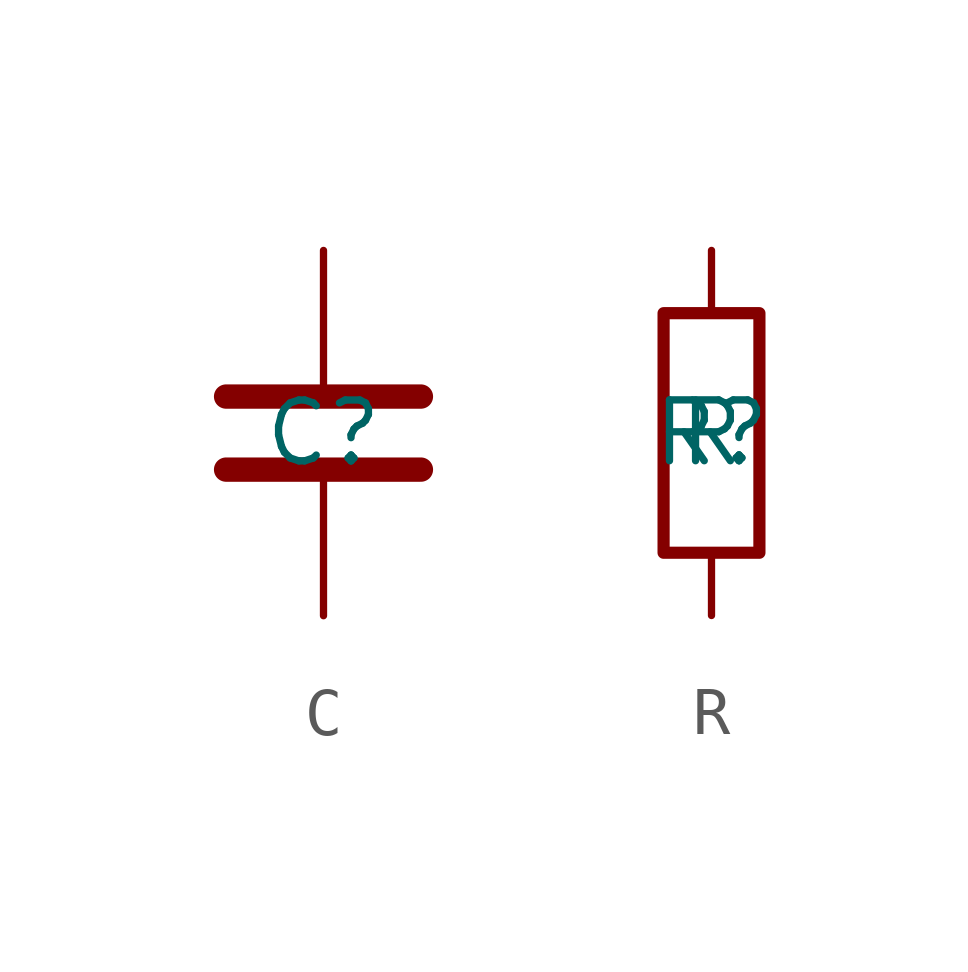
<source format=kicad_sym>
(kicad_symbol_lib
  (version 20231120)
  (generator "kicad_symbol_editor")
  (generator_version "8.0")
  (symbol "C"
    (pin_numbers hide)
    (property "Reference" "C"
      (at 0 0 0)
      (effects (font (size 1.27 1.27))))
    (property "Value" ""
      (at 0 0 0)
      (effects (font (size 1.27 1.27))))
    (symbol "C_0_1"
      (polyline (pts (xy -2.032 -0.762) (xy 2.032 -0.762)) (stroke (width 0.508) (type default)) (fill (type none)))
      (polyline (pts (xy -2.032 0.762) (xy 2.032 0.762)) (stroke (width 0.508) (type default)) (fill (type none))))
    (symbol "C_1_1"
      (pin passive line (at 0 3.81 270) (length 2.794) (name "~" (effects (font (size 1.27 1.27)))) (number "1" (effects (font (size 1.27 1.27)))))
      (pin passive line (at 0 -3.81 90) (length 2.794) (name "~" (effects (font (size 1.27 1.27)))) (number "2" (effects (font (size 1.27 1.27)))))))
  (symbol "R"
    (pin_numbers hide)
    (pin_names
      (offset 0))
    (property "Reference" "R"
      (at 0 0 0)
      (effects (font (size 1.27 1.27))))
    (property "Value" "R"
      (at 0 0 0)
      (effects (font (size 1.27 1.27))))
    (symbol "R_0_1"
      (rectangle (start -1 2.5) (end 1 -2.5) (stroke (width 0.254) (type default)) (fill (type none))))
    (symbol "R_1_1"
      (pin passive line (at 0 3.81 270) (length 1.27) (name "~" (effects (font (size 1.27 1.27)))) (number "1" (effects (font (size 1.27 1.27)))))
      (pin passive line (at 0 -3.81 90) (length 1.27) (name "~" (effects (font (size 1.27 1.27)))) (number "2" (effects (font (size 1.27 1.27))))))))
</source>
